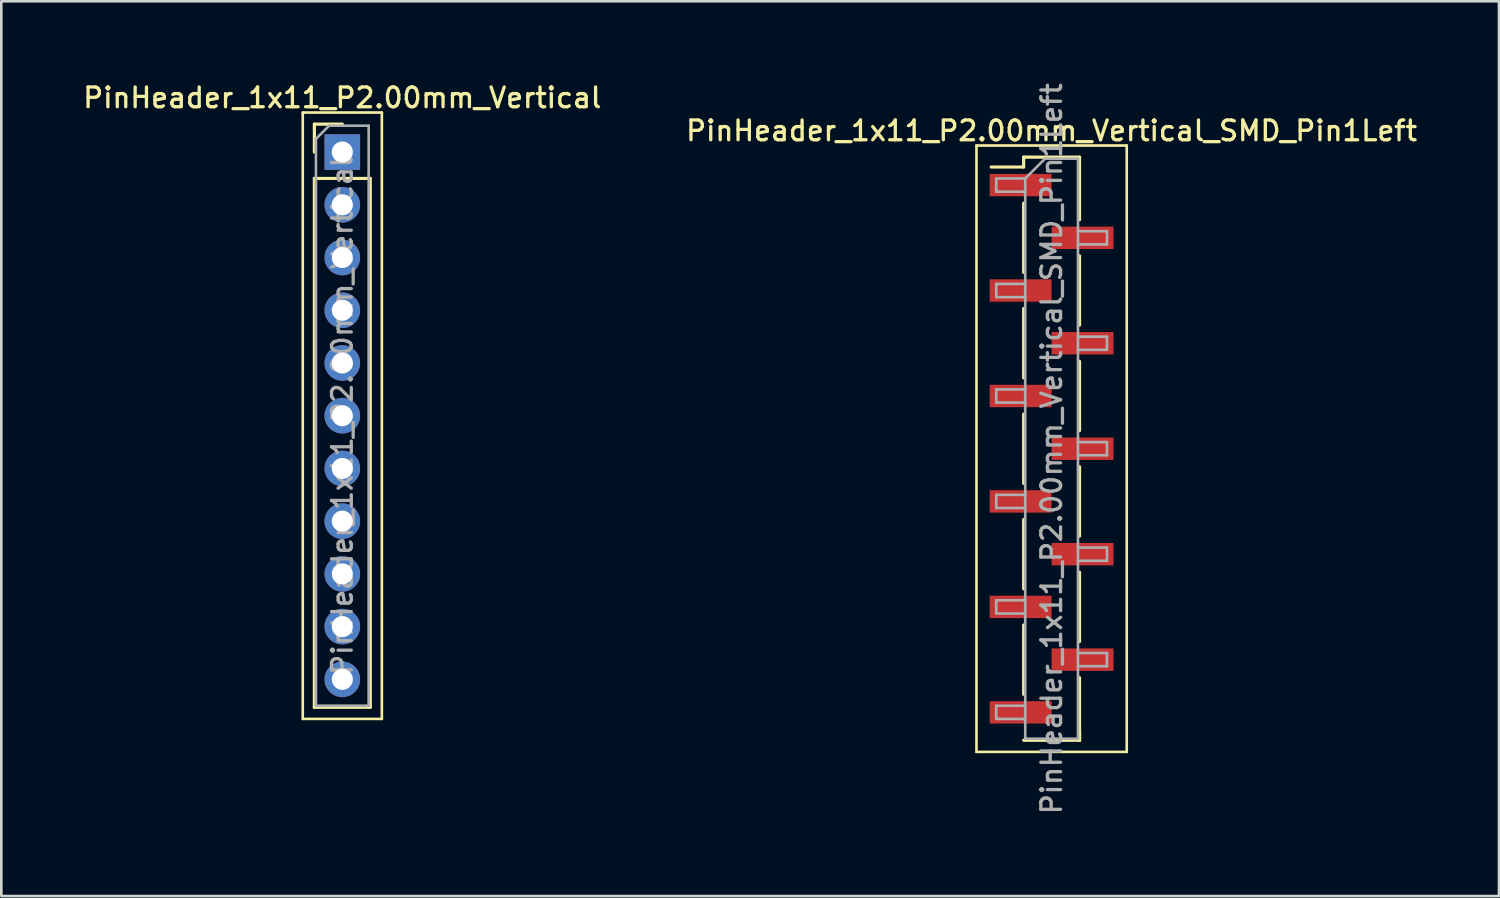
<source format=kicad_pcb>
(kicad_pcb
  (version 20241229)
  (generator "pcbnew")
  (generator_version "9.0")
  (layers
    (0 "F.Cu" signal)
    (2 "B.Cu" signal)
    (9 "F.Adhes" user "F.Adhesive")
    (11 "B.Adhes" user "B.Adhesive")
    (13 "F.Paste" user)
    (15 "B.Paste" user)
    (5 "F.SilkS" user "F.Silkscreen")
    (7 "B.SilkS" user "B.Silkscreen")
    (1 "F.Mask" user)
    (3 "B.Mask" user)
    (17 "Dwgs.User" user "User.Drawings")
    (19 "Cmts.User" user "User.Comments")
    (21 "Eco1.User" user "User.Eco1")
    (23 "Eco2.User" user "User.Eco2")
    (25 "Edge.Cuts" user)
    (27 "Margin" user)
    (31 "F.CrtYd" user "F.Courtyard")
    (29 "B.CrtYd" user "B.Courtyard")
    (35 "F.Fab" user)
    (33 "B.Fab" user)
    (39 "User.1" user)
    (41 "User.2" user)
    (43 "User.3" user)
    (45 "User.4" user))
  (footprint "PinHeader_1x11_P2.00mm_Vertical_SMD_Pin1Left"
    (layer "F.Cu")
    (at 36.838 13.97)
    (property "Reference" "PinHeader_1x11_P2.00mm_Vertical_SMD_Pin1Left" (at 0 -12.06 0) (layer "F.SilkS") (effects (font (size 0.75 0.75) (thickness 0.125))))
    (attr smd)
    (fp_line (start -2.85 -11.5) (end -2.85 11.5) (stroke (width 0.1) (type solid)) (layer "F.SilkS"))
    (fp_line (start -2.85 11.5) (end 2.85 11.5) (stroke (width 0.1) (type solid)) (layer "F.SilkS"))
    (fp_line (start -1.06 -11.06) (end -1.06 -10.685) (stroke (width 0.12) (type solid)) (layer "F.SilkS"))
    (fp_line (start -1.06 -11.06) (end 1.06 -11.06) (stroke (width 0.12) (type solid)) (layer "F.SilkS"))
    (fp_line (start -1.06 -10.685) (end -2.29 -10.685) (stroke (width 0.12) (type solid)) (layer "F.SilkS"))
    (fp_line (start -1.06 -9.315) (end -1.06 -6.685) (stroke (width 0.12) (type solid)) (layer "F.SilkS"))
    (fp_line (start -1.06 -5.315) (end -1.06 -2.685) (stroke (width 0.12) (type solid)) (layer "F.SilkS"))
    (fp_line (start -1.06 -1.315) (end -1.06 1.315) (stroke (width 0.12) (type solid)) (layer "F.SilkS"))
    (fp_line (start -1.06 2.685) (end -1.06 5.315) (stroke (width 0.12) (type solid)) (layer "F.SilkS"))
    (fp_line (start -1.06 6.685) (end -1.06 9.315) (stroke (width 0.12) (type solid)) (layer "F.SilkS"))
    (fp_line (start -1.06 11.06) (end 1.06 11.06) (stroke (width 0.12) (type solid)) (layer "F.SilkS"))
    (fp_line (start 1.06 -11.06) (end 1.06 -8.685) (stroke (width 0.12) (type solid)) (layer "F.SilkS"))
    (fp_line (start 1.06 -7.315) (end 1.06 -4.685) (stroke (width 0.12) (type solid)) (layer "F.SilkS"))
    (fp_line (start 1.06 -3.315) (end 1.06 -0.685) (stroke (width 0.12) (type solid)) (layer "F.SilkS"))
    (fp_line (start 1.06 0.685) (end 1.06 3.315) (stroke (width 0.12) (type solid)) (layer "F.SilkS"))
    (fp_line (start 1.06 4.685) (end 1.06 7.315) (stroke (width 0.12) (type solid)) (layer "F.SilkS"))
    (fp_line (start 1.06 8.685) (end 1.06 11.06) (stroke (width 0.12) (type solid)) (layer "F.SilkS"))
    (fp_line (start 1.06 10.685) (end 1.06 11.06) (stroke (width 0.12) (type solid)) (layer "F.SilkS"))
    (fp_line (start 2.85 -11.5) (end -2.85 -11.5) (stroke (width 0.1) (type solid)) (layer "F.SilkS"))
    (fp_line (start 2.85 11.5) (end 2.85 -11.5) (stroke (width 0.1) (type solid)) (layer "F.SilkS"))
    (fp_line (start -2.1 -10.25) (end -2.1 -9.75) (stroke (width 0.1) (type solid)) (layer "F.Fab"))
    (fp_line (start -2.1 -9.75) (end -1 -9.75) (stroke (width 0.1) (type solid)) (layer "F.Fab"))
    (fp_line (start -2.1 -6.25) (end -2.1 -5.75) (stroke (width 0.1) (type solid)) (layer "F.Fab"))
    (fp_line (start -2.1 -5.75) (end -1 -5.75) (stroke (width 0.1) (type solid)) (layer "F.Fab"))
    (fp_line (start -2.1 -2.25) (end -2.1 -1.75) (stroke (width 0.1) (type solid)) (layer "F.Fab"))
    (fp_line (start -2.1 -1.75) (end -1 -1.75) (stroke (width 0.1) (type solid)) (layer "F.Fab"))
    (fp_line (start -2.1 1.75) (end -2.1 2.25) (stroke (width 0.1) (type solid)) (layer "F.Fab"))
    (fp_line (start -2.1 2.25) (end -1 2.25) (stroke (width 0.1) (type solid)) (layer "F.Fab"))
    (fp_line (start -2.1 5.75) (end -2.1 6.25) (stroke (width 0.1) (type solid)) (layer "F.Fab"))
    (fp_line (start -2.1 6.25) (end -1 6.25) (stroke (width 0.1) (type solid)) (layer "F.Fab"))
    (fp_line (start -2.1 9.75) (end -2.1 10.25) (stroke (width 0.1) (type solid)) (layer "F.Fab"))
    (fp_line (start -2.1 10.25) (end -1 10.25) (stroke (width 0.1) (type solid)) (layer "F.Fab"))
    (fp_line (start -1 -10.25) (end -2.1 -10.25) (stroke (width 0.1) (type solid)) (layer "F.Fab"))
    (fp_line (start -1 -10.25) (end -0.25 -11) (stroke (width 0.1) (type solid)) (layer "F.Fab"))
    (fp_line (start -1 -6.25) (end -2.1 -6.25) (stroke (width 0.1) (type solid)) (layer "F.Fab"))
    (fp_line (start -1 -2.25) (end -2.1 -2.25) (stroke (width 0.1) (type solid)) (layer "F.Fab"))
    (fp_line (start -1 1.75) (end -2.1 1.75) (stroke (width 0.1) (type solid)) (layer "F.Fab"))
    (fp_line (start -1 5.75) (end -2.1 5.75) (stroke (width 0.1) (type solid)) (layer "F.Fab"))
    (fp_line (start -1 9.75) (end -2.1 9.75) (stroke (width 0.1) (type solid)) (layer "F.Fab"))
    (fp_line (start -1 11) (end -1 -10.25) (stroke (width 0.1) (type solid)) (layer "F.Fab"))
    (fp_line (start -0.25 -11) (end 1 -11) (stroke (width 0.1) (type solid)) (layer "F.Fab"))
    (fp_line (start 1 -11) (end 1 11) (stroke (width 0.1) (type solid)) (layer "F.Fab"))
    (fp_line (start 1 -8.25) (end 2.1 -8.25) (stroke (width 0.1) (type solid)) (layer "F.Fab"))
    (fp_line (start 1 -4.25) (end 2.1 -4.25) (stroke (width 0.1) (type solid)) (layer "F.Fab"))
    (fp_line (start 1 -0.25) (end 2.1 -0.25) (stroke (width 0.1) (type solid)) (layer "F.Fab"))
    (fp_line (start 1 3.75) (end 2.1 3.75) (stroke (width 0.1) (type solid)) (layer "F.Fab"))
    (fp_line (start 1 7.75) (end 2.1 7.75) (stroke (width 0.1) (type solid)) (layer "F.Fab"))
    (fp_line (start 1 11) (end -1 11) (stroke (width 0.1) (type solid)) (layer "F.Fab"))
    (fp_line (start 2.1 -8.25) (end 2.1 -7.75) (stroke (width 0.1) (type solid)) (layer "F.Fab"))
    (fp_line (start 2.1 -7.75) (end 1 -7.75) (stroke (width 0.1) (type solid)) (layer "F.Fab"))
    (fp_line (start 2.1 -4.25) (end 2.1 -3.75) (stroke (width 0.1) (type solid)) (layer "F.Fab"))
    (fp_line (start 2.1 -3.75) (end 1 -3.75) (stroke (width 0.1) (type solid)) (layer "F.Fab"))
    (fp_line (start 2.1 -0.25) (end 2.1 0.25) (stroke (width 0.1) (type solid)) (layer "F.Fab"))
    (fp_line (start 2.1 0.25) (end 1 0.25) (stroke (width 0.1) (type solid)) (layer "F.Fab"))
    (fp_line (start 2.1 3.75) (end 2.1 4.25) (stroke (width 0.1) (type solid)) (layer "F.Fab"))
    (fp_line (start 2.1 4.25) (end 1 4.25) (stroke (width 0.1) (type solid)) (layer "F.Fab"))
    (fp_line (start 2.1 7.75) (end 2.1 8.25) (stroke (width 0.1) (type solid)) (layer "F.Fab"))
    (fp_line (start 2.1 8.25) (end 1 8.25) (stroke (width 0.1) (type solid)) (layer "F.Fab"))
    (fp_text user "${REFERENCE}" (at 0 0 90) (layer "F.Fab") (effects (font (size 0.75 0.75) (thickness 0.125))))
    (pad "1" smd rect (at -1.175 -10) (size 2.35 0.85) (layers "F.Cu" "F.Mask" "F.Paste"))
    (pad "2" smd rect (at 1.175 -8) (size 2.35 0.85) (layers "F.Cu" "F.Mask" "F.Paste"))
    (pad "3" smd rect (at -1.175 -6) (size 2.35 0.85) (layers "F.Cu" "F.Mask" "F.Paste"))
    (pad "4" smd rect (at 1.175 -4) (size 2.35 0.85) (layers "F.Cu" "F.Mask" "F.Paste"))
    (pad "5" smd rect (at -1.175 -2) (size 2.35 0.85) (layers "F.Cu" "F.Mask" "F.Paste"))
    (pad "6" smd rect (at 1.175 0) (size 2.35 0.85) (layers "F.Cu" "F.Mask" "F.Paste"))
    (pad "7" smd rect (at -1.175 2) (size 2.35 0.85) (layers "F.Cu" "F.Mask" "F.Paste"))
    (pad "8" smd rect (at 1.175 4) (size 2.35 0.85) (layers "F.Cu" "F.Mask" "F.Paste"))
    (pad "9" smd rect (at -1.175 6) (size 2.35 0.85) (layers "F.Cu" "F.Mask" "F.Paste"))
    (pad "10" smd rect (at 1.175 8) (size 2.35 0.85) (layers "F.Cu" "F.Mask" "F.Paste"))
    (pad "11" smd rect (at -1.175 10) (size 2.35 0.85) (layers "F.Cu" "F.Mask" "F.Paste")))
  (footprint "PinHeader_1x11_P2.00mm_Vertical"
    (layer "F.Cu")
    (at 9.934 2.718)
    (property "Reference" "PinHeader_1x11_P2.00mm_Vertical" (at 0 -2.06 0) (layer "F.SilkS") (effects (font (size 0.75 0.75) (thickness 0.125))))
    (attr through_hole)
    (fp_line (start -1.5 -1.5) (end -1.5 21.5) (stroke (width 0.1) (type solid)) (layer "F.SilkS"))
    (fp_line (start -1.5 21.5) (end 1.5 21.5) (stroke (width 0.1) (type solid)) (layer "F.SilkS"))
    (fp_line (start -1.06 -1.06) (end 0 -1.06) (stroke (width 0.12) (type solid)) (layer "F.SilkS"))
    (fp_line (start -1.06 0) (end -1.06 -1.06) (stroke (width 0.12) (type solid)) (layer "F.SilkS"))
    (fp_line (start -1.06 1) (end -1.06 21.06) (stroke (width 0.12) (type solid)) (layer "F.SilkS"))
    (fp_line (start -1.06 1) (end 1.06 1) (stroke (width 0.12) (type solid)) (layer "F.SilkS"))
    (fp_line (start -1.06 21.06) (end 1.06 21.06) (stroke (width 0.12) (type solid)) (layer "F.SilkS"))
    (fp_line (start 1.06 1) (end 1.06 21.06) (stroke (width 0.12) (type solid)) (layer "F.SilkS"))
    (fp_line (start 1.5 -1.5) (end -1.5 -1.5) (stroke (width 0.1) (type solid)) (layer "F.SilkS"))
    (fp_line (start 1.5 21.5) (end 1.5 -1.5) (stroke (width 0.1) (type solid)) (layer "F.SilkS"))
    (fp_line (start -1 -0.5) (end -0.5 -1) (stroke (width 0.1) (type solid)) (layer "F.Fab"))
    (fp_line (start -1 21) (end -1 -0.5) (stroke (width 0.1) (type solid)) (layer "F.Fab"))
    (fp_line (start -0.5 -1) (end 1 -1) (stroke (width 0.1) (type solid)) (layer "F.Fab"))
    (fp_line (start 1 -1) (end 1 21) (stroke (width 0.1) (type solid)) (layer "F.Fab"))
    (fp_line (start 1 21) (end -1 21) (stroke (width 0.1) (type solid)) (layer "F.Fab"))
    (fp_text user "${REFERENCE}" (at 0 10 90) (layer "F.Fab") (effects (font (size 0.75 0.75) (thickness 0.125))))
    (pad "1" thru_hole rect (at 0 0) (size 1.35 1.35) (drill 0.8) (layers "*.Cu" "*.Mask"))
    (pad "2" thru_hole oval (at 0 2) (size 1.35 1.35) (drill 0.8) (layers "*.Cu" "*.Mask"))
    (pad "3" thru_hole oval (at 0 4) (size 1.35 1.35) (drill 0.8) (layers "*.Cu" "*.Mask"))
    (pad "4" thru_hole oval (at 0 6) (size 1.35 1.35) (drill 0.8) (layers "*.Cu" "*.Mask"))
    (pad "5" thru_hole oval (at 0 8) (size 1.35 1.35) (drill 0.8) (layers "*.Cu" "*.Mask"))
    (pad "6" thru_hole oval (at 0 10) (size 1.35 1.35) (drill 0.8) (layers "*.Cu" "*.Mask"))
    (pad "7" thru_hole oval (at 0 12) (size 1.35 1.35) (drill 0.8) (layers "*.Cu" "*.Mask"))
    (pad "8" thru_hole oval (at 0 14) (size 1.35 1.35) (drill 0.8) (layers "*.Cu" "*.Mask"))
    (pad "9" thru_hole oval (at 0 16) (size 1.35 1.35) (drill 0.8) (layers "*.Cu" "*.Mask"))
    (pad "10" thru_hole oval (at 0 18) (size 1.35 1.35) (drill 0.8) (layers "*.Cu" "*.Mask"))
    (pad "11" thru_hole oval (at 0 20) (size 1.35 1.35) (drill 0.8) (layers "*.Cu" "*.Mask")))
  (gr_rect
    (start -3 -3)
    (end 53.807 30.939)
    (stroke (width 0.1) (type default))
    (fill no)
    (layer "Edge.Cuts")))
</source>
